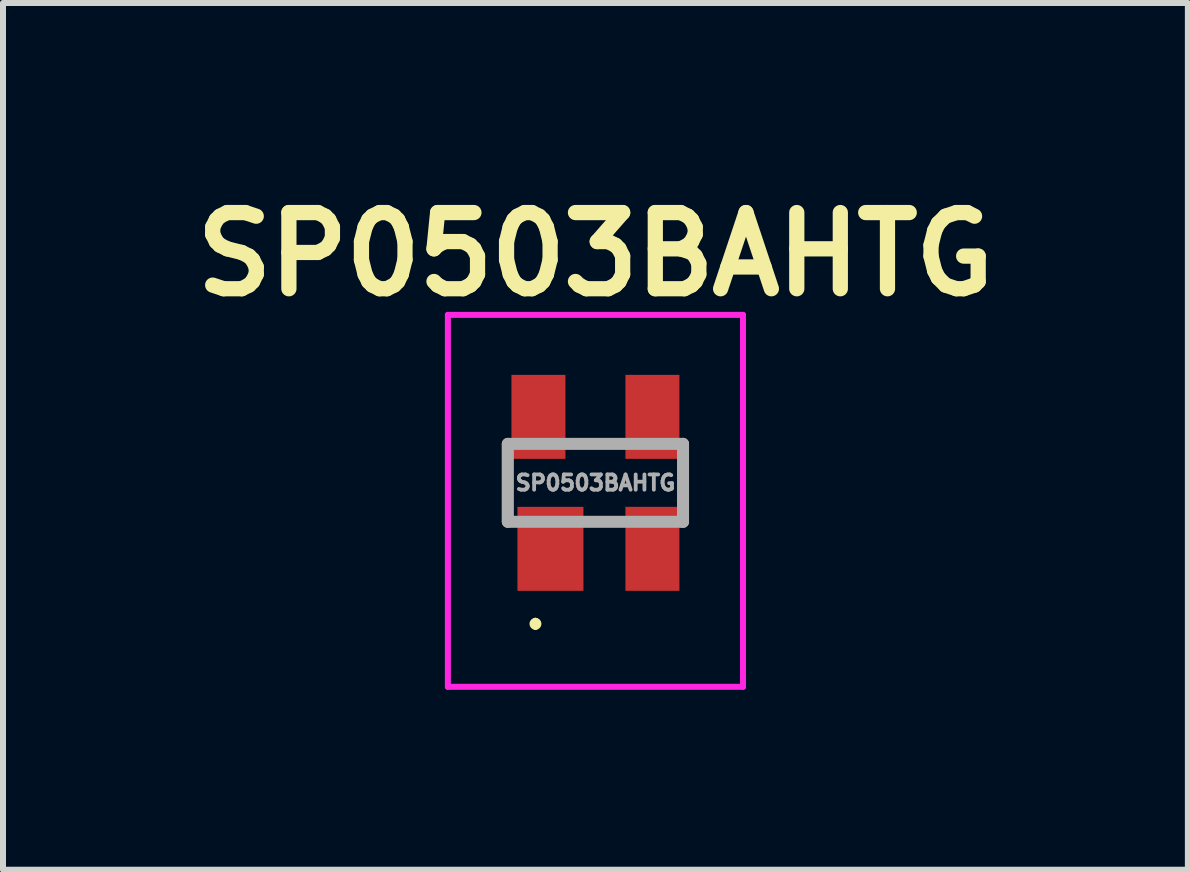
<source format=kicad_pcb>
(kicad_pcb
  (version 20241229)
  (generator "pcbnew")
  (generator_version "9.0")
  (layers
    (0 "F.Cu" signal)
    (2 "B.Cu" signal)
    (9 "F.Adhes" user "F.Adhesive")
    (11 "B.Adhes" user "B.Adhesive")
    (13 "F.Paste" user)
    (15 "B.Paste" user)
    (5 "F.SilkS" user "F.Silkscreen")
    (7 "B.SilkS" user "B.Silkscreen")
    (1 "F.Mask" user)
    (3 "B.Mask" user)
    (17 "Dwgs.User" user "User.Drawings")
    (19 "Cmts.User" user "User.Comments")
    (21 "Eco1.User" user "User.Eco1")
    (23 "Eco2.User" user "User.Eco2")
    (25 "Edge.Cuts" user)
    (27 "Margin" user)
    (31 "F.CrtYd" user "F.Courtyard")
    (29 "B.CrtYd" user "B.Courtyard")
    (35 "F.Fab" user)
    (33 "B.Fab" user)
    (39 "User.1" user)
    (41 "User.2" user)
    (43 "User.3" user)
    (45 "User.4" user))
  (footprint "SP0503BAHTG"
    (layer "F.Cu")
    (at 6.876 4.999)
    (property "Reference" "SP0503BAHTG" (at 0 -3.81 0) (layer "F.SilkS") (effects (font (size 1.27 1.27) (thickness 0.254))))
    (attr smd)
    (fp_line (start -1.5 -0.65) (end -1.5 0.65) (stroke (width 0.12) (type solid)) (layer "F.SilkS"))
    (fp_line (start -1 2.3) (end -1 2.3) (stroke (width 0.1) (type solid)) (layer "F.SilkS"))
    (fp_line (start -1 2.4) (end -1 2.4) (stroke (width 0.1) (type solid)) (layer "F.SilkS"))
    (fp_line (start -0.4 -0.65) (end 0.4 -0.65) (stroke (width 0.12) (type solid)) (layer "F.SilkS"))
    (fp_line (start -0.1 0.65) (end 0.4 0.65) (stroke (width 0.12) (type solid)) (layer "F.SilkS"))
    (fp_line (start 1.5 -0.65) (end 1.5 0.65) (stroke (width 0.12) (type solid)) (layer "F.SilkS"))
    (fp_arc (start -1 2.3) (mid -0.95 2.35) (end -1 2.4) (stroke (width 0.1) (type solid)) (layer "F.SilkS"))
    (fp_arc (start -1 2.4) (mid -1.05 2.35) (end -1 2.3) (stroke (width 0.1) (type solid)) (layer "F.SilkS"))
    (fp_line (start -2.46 -2.8) (end 2.46 -2.8) (stroke (width 0.1) (type solid)) (layer "F.CrtYd"))
    (fp_line (start -2.46 3.4) (end -2.46 -2.8) (stroke (width 0.1) (type solid)) (layer "F.CrtYd"))
    (fp_line (start 2.46 -2.8) (end 2.46 3.4) (stroke (width 0.1) (type solid)) (layer "F.CrtYd"))
    (fp_line (start 2.46 3.4) (end -2.46 3.4) (stroke (width 0.1) (type solid)) (layer "F.CrtYd"))
    (fp_line (start -1.46 -0.65) (end 1.46 -0.65) (stroke (width 0.2) (type solid)) (layer "F.Fab"))
    (fp_line (start -1.46 0.65) (end -1.46 -0.65) (stroke (width 0.2) (type solid)) (layer "F.Fab"))
    (fp_line (start 1.46 -0.65) (end 1.46 0.65) (stroke (width 0.2) (type solid)) (layer "F.Fab"))
    (fp_line (start 1.46 0.65) (end -1.46 0.65) (stroke (width 0.2) (type solid)) (layer "F.Fab"))
    (fp_text user "${REFERENCE}" (at 0 0 0) (layer "F.Fab") (effects (font (size 0.254 0.254) (thickness 0.064))))
    (pad "1" smd rect (at -0.75 1.1) (size 1.1 1.4) (layers "F.Cu" "F.Mask" "F.Paste"))
    (pad "2" smd rect (at 0.95 1.1) (size 0.9 1.4) (layers "F.Cu" "F.Mask" "F.Paste"))
    (pad "3" smd rect (at 0.95 -1.1) (size 0.9 1.4) (layers "F.Cu" "F.Mask" "F.Paste"))
    (pad "4" smd rect (at -0.95 -1.1) (size 0.9 1.4) (layers "F.Cu" "F.Mask" "F.Paste")))
  (gr_rect
    (start -3 -3)
    (end 16.752 11.449)
    (stroke (width 0.1) (type default))
    (fill no)
    (layer "Edge.Cuts")))
</source>
